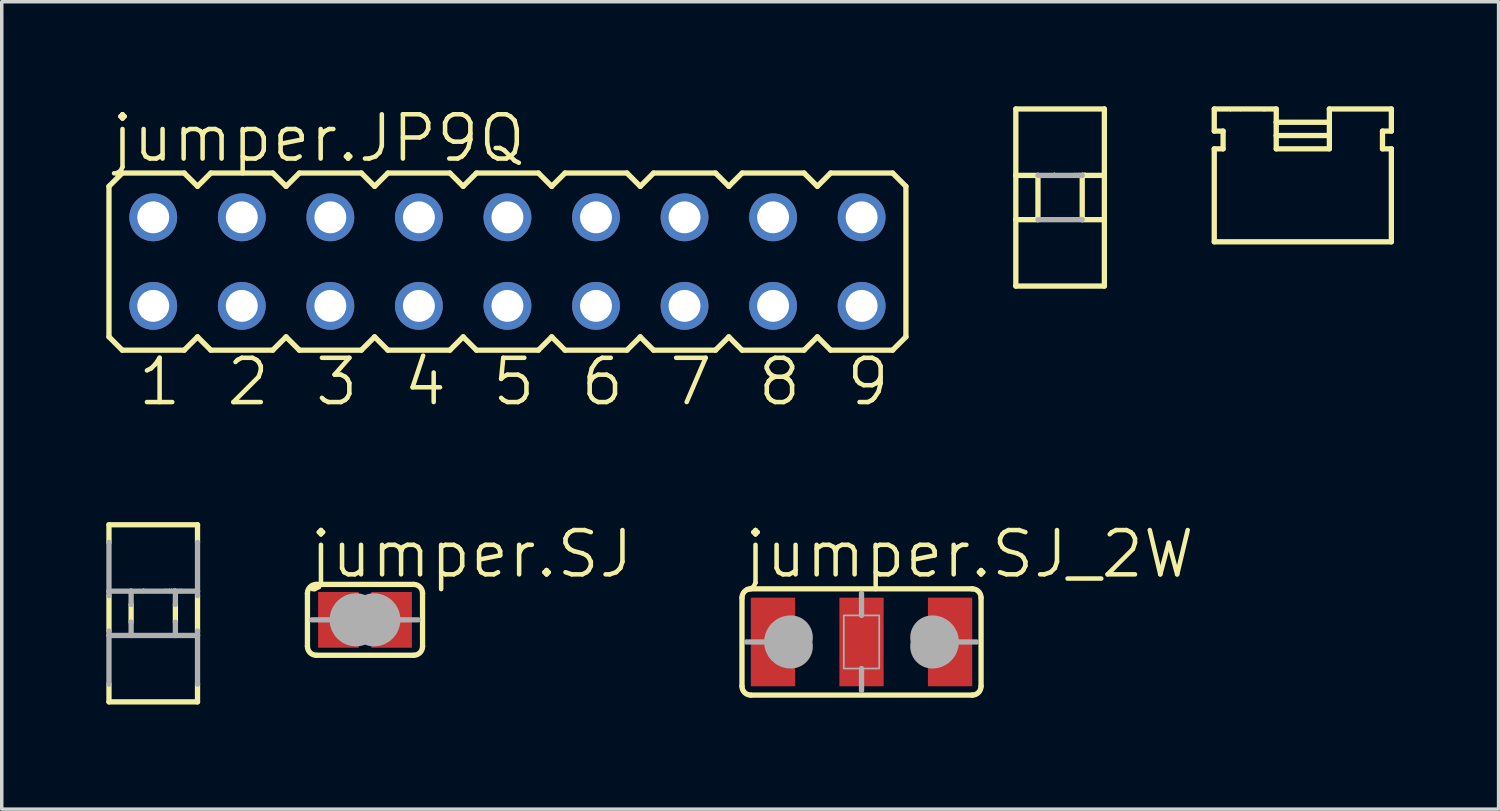
<source format=kicad_pcb>
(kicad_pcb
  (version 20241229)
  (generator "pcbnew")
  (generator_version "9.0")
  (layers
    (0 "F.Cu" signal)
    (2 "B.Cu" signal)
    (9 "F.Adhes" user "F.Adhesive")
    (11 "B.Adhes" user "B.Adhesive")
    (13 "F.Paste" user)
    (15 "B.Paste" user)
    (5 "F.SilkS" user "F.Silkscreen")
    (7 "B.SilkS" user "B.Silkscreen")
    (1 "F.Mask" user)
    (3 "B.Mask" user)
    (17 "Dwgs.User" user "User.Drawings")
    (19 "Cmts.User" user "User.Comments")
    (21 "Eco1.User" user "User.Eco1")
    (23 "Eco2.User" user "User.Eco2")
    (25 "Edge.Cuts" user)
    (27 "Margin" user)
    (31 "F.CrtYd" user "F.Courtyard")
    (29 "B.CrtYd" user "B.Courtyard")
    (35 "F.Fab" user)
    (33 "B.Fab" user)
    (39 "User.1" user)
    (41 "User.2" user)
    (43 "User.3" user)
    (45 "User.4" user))
  (footprint "jumper.JP9Q"
    (layer "F.Cu")
    (at 11.506 4.454)
    (property "Reference" "jumper.JP9Q" (at -11.43 -2.794 0) (layer "F.SilkS") (effects (font (size 1.27 1.27) (thickness 0.13)) (justify left bottom)))
    (attr through_hole)
    (fp_line (start -11.43 -2.159) (end -11.049 -2.54) (stroke (width 0.152) (type default)) (layer "F.SilkS"))
    (fp_line (start -11.43 2.159) (end -11.43 -2.159) (stroke (width 0.152) (type default)) (layer "F.SilkS"))
    (fp_line (start -11.43 2.159) (end -11.049 2.54) (stroke (width 0.152) (type default)) (layer "F.SilkS"))
    (fp_line (start -11.049 -2.54) (end -9.271 -2.54) (stroke (width 0.152) (type default)) (layer "F.SilkS"))
    (fp_line (start -11.049 2.54) (end -9.271 2.54) (stroke (width 0.152) (type default)) (layer "F.SilkS"))
    (fp_line (start -9.271 -2.54) (end -8.89 -2.159) (stroke (width 0.152) (type default)) (layer "F.SilkS"))
    (fp_line (start -8.89 -2.159) (end -8.509 -2.54) (stroke (width 0.152) (type default)) (layer "F.SilkS"))
    (fp_line (start -8.89 2.159) (end -9.271 2.54) (stroke (width 0.152) (type default)) (layer "F.SilkS"))
    (fp_line (start -8.89 2.159) (end -8.509 2.54) (stroke (width 0.152) (type default)) (layer "F.SilkS"))
    (fp_line (start -8.509 -2.54) (end -6.731 -2.54) (stroke (width 0.152) (type default)) (layer "F.SilkS"))
    (fp_line (start -6.731 2.54) (end -8.509 2.54) (stroke (width 0.152) (type default)) (layer "F.SilkS"))
    (fp_line (start -6.35 -2.159) (end -6.731 -2.54) (stroke (width 0.152) (type default)) (layer "F.SilkS"))
    (fp_line (start -6.35 -2.159) (end -5.969 -2.54) (stroke (width 0.152) (type default)) (layer "F.SilkS"))
    (fp_line (start -6.35 2.159) (end -6.731 2.54) (stroke (width 0.152) (type default)) (layer "F.SilkS"))
    (fp_line (start -6.35 2.159) (end -5.969 2.54) (stroke (width 0.152) (type default)) (layer "F.SilkS"))
    (fp_line (start -5.969 -2.54) (end -4.191 -2.54) (stroke (width 0.152) (type default)) (layer "F.SilkS"))
    (fp_line (start -4.191 2.54) (end -5.969 2.54) (stroke (width 0.152) (type default)) (layer "F.SilkS"))
    (fp_line (start -4.191 2.54) (end -3.81 2.159) (stroke (width 0.152) (type default)) (layer "F.SilkS"))
    (fp_line (start -3.81 -2.159) (end -4.191 -2.54) (stroke (width 0.152) (type default)) (layer "F.SilkS"))
    (fp_line (start -3.81 -2.159) (end -3.429 -2.54) (stroke (width 0.152) (type default)) (layer "F.SilkS"))
    (fp_line (start -3.81 2.159) (end -3.429 2.54) (stroke (width 0.152) (type default)) (layer "F.SilkS"))
    (fp_line (start -3.429 -2.54) (end -1.651 -2.54) (stroke (width 0.152) (type default)) (layer "F.SilkS"))
    (fp_line (start -1.651 2.54) (end -3.429 2.54) (stroke (width 0.152) (type default)) (layer "F.SilkS"))
    (fp_line (start -1.651 2.54) (end -1.27 2.159) (stroke (width 0.152) (type default)) (layer "F.SilkS"))
    (fp_line (start -1.27 -2.159) (end -1.651 -2.54) (stroke (width 0.152) (type default)) (layer "F.SilkS"))
    (fp_line (start -1.27 -2.159) (end -0.889 -2.54) (stroke (width 0.152) (type default)) (layer "F.SilkS"))
    (fp_line (start -1.27 2.159) (end -0.889 2.54) (stroke (width 0.152) (type default)) (layer "F.SilkS"))
    (fp_line (start -0.889 -2.54) (end 0.889 -2.54) (stroke (width 0.152) (type default)) (layer "F.SilkS"))
    (fp_line (start 0.889 2.54) (end -0.889 2.54) (stroke (width 0.152) (type default)) (layer "F.SilkS"))
    (fp_line (start 0.889 2.54) (end 1.27 2.159) (stroke (width 0.152) (type default)) (layer "F.SilkS"))
    (fp_line (start 1.27 -2.159) (end 0.889 -2.54) (stroke (width 0.152) (type default)) (layer "F.SilkS"))
    (fp_line (start 1.27 -2.159) (end 1.651 -2.54) (stroke (width 0.152) (type default)) (layer "F.SilkS"))
    (fp_line (start 1.27 2.159) (end 1.651 2.54) (stroke (width 0.152) (type default)) (layer "F.SilkS"))
    (fp_line (start 1.651 -2.54) (end 3.429 -2.54) (stroke (width 0.152) (type default)) (layer "F.SilkS"))
    (fp_line (start 3.429 2.54) (end 1.651 2.54) (stroke (width 0.152) (type default)) (layer "F.SilkS"))
    (fp_line (start 3.429 2.54) (end 3.81 2.159) (stroke (width 0.152) (type default)) (layer "F.SilkS"))
    (fp_line (start 3.81 -2.159) (end 3.429 -2.54) (stroke (width 0.152) (type default)) (layer "F.SilkS"))
    (fp_line (start 3.81 -2.159) (end 4.191 -2.54) (stroke (width 0.152) (type default)) (layer "F.SilkS"))
    (fp_line (start 3.81 2.159) (end 4.191 2.54) (stroke (width 0.152) (type default)) (layer "F.SilkS"))
    (fp_line (start 4.191 -2.54) (end 5.969 -2.54) (stroke (width 0.152) (type default)) (layer "F.SilkS"))
    (fp_line (start 5.969 2.54) (end 4.191 2.54) (stroke (width 0.152) (type default)) (layer "F.SilkS"))
    (fp_line (start 5.969 2.54) (end 6.35 2.159) (stroke (width 0.152) (type default)) (layer "F.SilkS"))
    (fp_line (start 6.35 -2.159) (end 5.969 -2.54) (stroke (width 0.152) (type default)) (layer "F.SilkS"))
    (fp_line (start 6.35 -2.159) (end 6.731 -2.54) (stroke (width 0.152) (type default)) (layer "F.SilkS"))
    (fp_line (start 6.35 2.159) (end 6.731 2.54) (stroke (width 0.152) (type default)) (layer "F.SilkS"))
    (fp_line (start 6.731 -2.54) (end 8.509 -2.54) (stroke (width 0.152) (type default)) (layer "F.SilkS"))
    (fp_line (start 8.509 2.54) (end 6.731 2.54) (stroke (width 0.152) (type default)) (layer "F.SilkS"))
    (fp_line (start 8.509 2.54) (end 8.89 2.159) (stroke (width 0.152) (type default)) (layer "F.SilkS"))
    (fp_line (start 8.89 -2.159) (end 8.509 -2.54) (stroke (width 0.152) (type default)) (layer "F.SilkS"))
    (fp_line (start 8.89 -2.159) (end 9.271 -2.54) (stroke (width 0.152) (type default)) (layer "F.SilkS"))
    (fp_line (start 8.89 2.159) (end 9.271 2.54) (stroke (width 0.152) (type default)) (layer "F.SilkS"))
    (fp_line (start 9.271 -2.54) (end 11.049 -2.54) (stroke (width 0.152) (type default)) (layer "F.SilkS"))
    (fp_line (start 11.049 2.54) (end 9.271 2.54) (stroke (width 0.152) (type default)) (layer "F.SilkS"))
    (fp_line (start 11.049 2.54) (end 11.43 2.159) (stroke (width 0.152) (type default)) (layer "F.SilkS"))
    (fp_line (start 11.43 -2.159) (end 11.049 -2.54) (stroke (width 0.152) (type default)) (layer "F.SilkS"))
    (fp_line (start 11.43 -2.159) (end 11.43 2.159) (stroke (width 0.152) (type default)) (layer "F.SilkS"))
    (fp_rect (start -10.465 -0.965) (end -9.855 -1.575) (stroke (width 0.05) (type default)) (fill no) (layer "F.Fab"))
    (fp_rect (start -10.465 1.575) (end -9.855 0.965) (stroke (width 0.05) (type default)) (fill no) (layer "F.Fab"))
    (fp_rect (start -7.925 -0.965) (end -7.315 -1.575) (stroke (width 0.05) (type default)) (fill no) (layer "F.Fab"))
    (fp_rect (start -7.925 1.575) (end -7.315 0.965) (stroke (width 0.05) (type default)) (fill no) (layer "F.Fab"))
    (fp_rect (start -5.385 -0.965) (end -4.775 -1.575) (stroke (width 0.05) (type default)) (fill no) (layer "F.Fab"))
    (fp_rect (start -5.385 1.575) (end -4.775 0.965) (stroke (width 0.05) (type default)) (fill no) (layer "F.Fab"))
    (fp_rect (start -2.845 -0.965) (end -2.235 -1.575) (stroke (width 0.05) (type default)) (fill no) (layer "F.Fab"))
    (fp_rect (start -2.845 1.575) (end -2.235 0.965) (stroke (width 0.05) (type default)) (fill no) (layer "F.Fab"))
    (fp_rect (start -0.305 -0.965) (end 0.305 -1.575) (stroke (width 0.05) (type default)) (fill no) (layer "F.Fab"))
    (fp_rect (start -0.305 1.575) (end 0.305 0.965) (stroke (width 0.05) (type default)) (fill no) (layer "F.Fab"))
    (fp_rect (start 2.235 -0.965) (end 2.845 -1.575) (stroke (width 0.05) (type default)) (fill no) (layer "F.Fab"))
    (fp_rect (start 2.235 1.575) (end 2.845 0.965) (stroke (width 0.05) (type default)) (fill no) (layer "F.Fab"))
    (fp_rect (start 4.775 -0.965) (end 5.385 -1.575) (stroke (width 0.05) (type default)) (fill no) (layer "F.Fab"))
    (fp_rect (start 4.775 1.575) (end 5.385 0.965) (stroke (width 0.05) (type default)) (fill no) (layer "F.Fab"))
    (fp_rect (start 7.315 -0.965) (end 7.925 -1.575) (stroke (width 0.05) (type default)) (fill no) (layer "F.Fab"))
    (fp_rect (start 7.315 1.575) (end 7.925 0.965) (stroke (width 0.05) (type default)) (fill no) (layer "F.Fab"))
    (fp_rect (start 9.855 -0.965) (end 10.465 -1.575) (stroke (width 0.05) (type default)) (fill no) (layer "F.Fab"))
    (fp_rect (start 9.855 1.575) (end 10.465 0.965) (stroke (width 0.05) (type default)) (fill no) (layer "F.Fab"))
    (fp_text user "1" (at -10.668 4.191 0) (layer "F.SilkS") (effects (font (size 1.27 1.27) (thickness 0.13)) (justify left bottom)))
    (fp_text user "6" (at 2.032 4.191 0) (layer "F.SilkS") (effects (font (size 1.27 1.27) (thickness 0.13)) (justify left bottom)))
    (fp_text user "2" (at -8.128 4.191 0) (layer "F.SilkS") (effects (font (size 1.27 1.27) (thickness 0.13)) (justify left bottom)))
    (fp_text user "4" (at -3.048 4.191 0) (layer "F.SilkS") (effects (font (size 1.27 1.27) (thickness 0.13)) (justify left bottom)))
    (fp_text user "9" (at 9.652 4.191 0) (layer "F.SilkS") (effects (font (size 1.27 1.27) (thickness 0.13)) (justify left bottom)))
    (fp_text user "5" (at -0.508 4.191 0) (layer "F.SilkS") (effects (font (size 1.27 1.27) (thickness 0.13)) (justify left bottom)))
    (fp_text user "3" (at -5.588 4.191 0) (layer "F.SilkS") (effects (font (size 1.27 1.27) (thickness 0.13)) (justify left bottom)))
    (fp_text user "8" (at 7.112 4.191 0) (layer "F.SilkS") (effects (font (size 1.27 1.27) (thickness 0.13)) (justify left bottom)))
    (fp_text user "7" (at 4.572 4.191 0) (layer "F.SilkS") (effects (font (size 1.27 1.27) (thickness 0.13)) (justify left bottom)))
    (pad "1" thru_hole circle (at -10.16 1.27) (size 1.372 1.372) (drill 0.914) (layers "*.Cu" "*.Mask"))
    (pad "2" thru_hole circle (at -10.16 -1.27) (size 1.372 1.372) (drill 0.914) (layers "*.Cu" "*.Mask"))
    (pad "3" thru_hole circle (at -7.62 1.27) (size 1.372 1.372) (drill 0.914) (layers "*.Cu" "*.Mask"))
    (pad "4" thru_hole circle (at -7.62 -1.27) (size 1.372 1.372) (drill 0.914) (layers "*.Cu" "*.Mask"))
    (pad "5" thru_hole circle (at -5.08 1.27) (size 1.372 1.372) (drill 0.914) (layers "*.Cu" "*.Mask"))
    (pad "6" thru_hole circle (at -5.08 -1.27) (size 1.372 1.372) (drill 0.914) (layers "*.Cu" "*.Mask"))
    (pad "7" thru_hole circle (at -2.54 1.27) (size 1.372 1.372) (drill 0.914) (layers "*.Cu" "*.Mask"))
    (pad "8" thru_hole circle (at -2.54 -1.27) (size 1.372 1.372) (drill 0.914) (layers "*.Cu" "*.Mask"))
    (pad "9" thru_hole circle (at 0 1.27) (size 1.372 1.372) (drill 0.914) (layers "*.Cu" "*.Mask"))
    (pad "10" thru_hole circle (at 0 -1.27) (size 1.372 1.372) (drill 0.914) (layers "*.Cu" "*.Mask"))
    (pad "11" thru_hole circle (at 2.54 1.27) (size 1.372 1.372) (drill 0.914) (layers "*.Cu" "*.Mask"))
    (pad "12" thru_hole circle (at 2.54 -1.27) (size 1.372 1.372) (drill 0.914) (layers "*.Cu" "*.Mask"))
    (pad "13" thru_hole circle (at 5.08 1.27) (size 1.372 1.372) (drill 0.914) (layers "*.Cu" "*.Mask"))
    (pad "14" thru_hole circle (at 5.08 -1.27) (size 1.372 1.372) (drill 0.914) (layers "*.Cu" "*.Mask"))
    (pad "15" thru_hole circle (at 7.62 1.27) (size 1.372 1.372) (drill 0.914) (layers "*.Cu" "*.Mask"))
    (pad "16" thru_hole circle (at 7.62 -1.27) (size 1.372 1.372) (drill 0.914) (layers "*.Cu" "*.Mask"))
    (pad "17" thru_hole circle (at 10.16 1.27) (size 1.372 1.372) (drill 0.914) (layers "*.Cu" "*.Mask"))
    (pad "18" thru_hole circle (at 10.16 -1.27) (size 1.372 1.372) (drill 0.914) (layers "*.Cu" "*.Mask")))
  (footprint "jumper.SJ"
    (layer "F.Cu")
    (at 7.42 14.73)
    (property "Reference" "jumper.SJ" (at -1.651 -1.143 0) (layer "F.SilkS") (effects (font (size 1.27 1.27) (thickness 0.13)) (justify left bottom)))
    (attr smd)
    (fp_rect (start -0.076 0.914) (end 0.076 -0.914) (stroke (width 0.05) (type default)) (fill yes) (layer "F.Mask"))
    (fp_line (start -1.651 0.762) (end -1.651 -0.762) (stroke (width 0.152) (type default)) (layer "F.SilkS"))
    (fp_line (start -1.397 -1.016) (end 1.397 -1.016) (stroke (width 0.152) (type default)) (layer "F.SilkS"))
    (fp_line (start 1.397 1.016) (end -1.397 1.016) (stroke (width 0.152) (type default)) (layer "F.SilkS"))
    (fp_line (start 1.651 0.762) (end 1.651 -0.762) (stroke (width 0.152) (type default)) (layer "F.SilkS"))
    (fp_arc (start -1.651 -0.762) (mid -1.576605 -0.941605) (end -1.397 -1.016) (stroke (width 0.1524) (type default)) (layer "F.SilkS"))
    (fp_arc (start -1.397 1.016) (mid -1.576605 0.941605) (end -1.651 0.762) (stroke (width 0.1524) (type default)) (layer "F.SilkS"))
    (fp_arc (start 1.397 -1.016) (mid 1.576605 -0.941605) (end 1.651 -0.762) (stroke (width 0.1524) (type default)) (layer "F.SilkS"))
    (fp_arc (start 1.651 0.762) (mid 1.576605 0.941605) (end 1.397 1.016) (stroke (width 0.1524) (type default)) (layer "F.SilkS"))
    (fp_line (start -1.016 0) (end -1.524 0) (stroke (width 0.152) (type default)) (layer "F.Fab"))
    (fp_line (start 1.016 0) (end 1.524 0) (stroke (width 0.152) (type default)) (layer "F.Fab"))
    (fp_arc (start -0.254 0.127) (mid -0.381 0) (end -0.254 -0.127) (stroke (width 1.27) (type default)) (layer "F.Fab"))
    (fp_arc (start 0.254 -0.127) (mid 0.381 0) (end 0.254 0.127) (stroke (width 1.27) (type default)) (layer "F.Fab"))
    (pad "1" smd roundrect (at -0.762 0) (size 1.168 1.6) (layers "F.Cu" "F.Mask" "F.Paste") (roundrect_rratio 0.01))
    (pad "2" smd roundrect (at 0.762 0) (size 1.168 1.6) (layers "F.Cu" "F.Mask" "F.Paste") (roundrect_rratio 0.01)))
  (footprint "jumper.JUMP_L"
    (layer "F.Cu")
    (at 34.321 4.14)
    (property "Reference" "jumper.JUMP_L" (at -2.1 -4 0) (layer "F.SilkS") (effects (font (size 0.1 0.1) (thickness 0.01)) (justify left bottom)))
    (fp_line (start -2.54 -4.064) (end -2.54 -3.429) (stroke (width 0.152) (type default)) (layer "F.SilkS"))
    (fp_line (start -2.54 -4.064) (end -0.762 -4.064) (stroke (width 0.152) (type default)) (layer "F.SilkS"))
    (fp_line (start -2.54 -2.921) (end -2.54 -0.254) (stroke (width 0.152) (type default)) (layer "F.SilkS"))
    (fp_line (start -2.54 -2.921) (end -2.286 -2.921) (stroke (width 0.152) (type default)) (layer "F.SilkS"))
    (fp_line (start -2.286 -3.429) (end -2.54 -3.429) (stroke (width 0.152) (type default)) (layer "F.SilkS"))
    (fp_line (start -2.286 -3.429) (end -2.286 -2.921) (stroke (width 0.152) (type default)) (layer "F.SilkS"))
    (fp_line (start -0.762 -4.064) (end -0.762 -3.683) (stroke (width 0.152) (type default)) (layer "F.SilkS"))
    (fp_line (start -0.762 -3.683) (end -0.762 -3.302) (stroke (width 0.152) (type default)) (layer "F.SilkS"))
    (fp_line (start -0.762 -3.683) (end 0.762 -3.683) (stroke (width 0.152) (type default)) (layer "F.SilkS"))
    (fp_line (start -0.762 -3.302) (end -0.762 -2.921) (stroke (width 0.152) (type default)) (layer "F.SilkS"))
    (fp_line (start -0.762 -3.302) (end 0.762 -3.302) (stroke (width 0.152) (type default)) (layer "F.SilkS"))
    (fp_line (start -0.762 -2.921) (end 0.762 -2.921) (stroke (width 0.152) (type default)) (layer "F.SilkS"))
    (fp_line (start 0.762 -4.064) (end 2.54 -4.064) (stroke (width 0.152) (type default)) (layer "F.SilkS"))
    (fp_line (start 0.762 -3.683) (end 0.762 -4.064) (stroke (width 0.152) (type default)) (layer "F.SilkS"))
    (fp_line (start 0.762 -3.683) (end 0.762 -3.302) (stroke (width 0.152) (type default)) (layer "F.SilkS"))
    (fp_line (start 0.762 -3.302) (end 0.762 -2.921) (stroke (width 0.152) (type default)) (layer "F.SilkS"))
    (fp_line (start 2.286 -3.429) (end 2.286 -2.921) (stroke (width 0.152) (type default)) (layer "F.SilkS"))
    (fp_line (start 2.286 -3.429) (end 2.54 -3.429) (stroke (width 0.152) (type default)) (layer "F.SilkS"))
    (fp_line (start 2.54 -4.064) (end 2.54 -3.429) (stroke (width 0.152) (type default)) (layer "F.SilkS"))
    (fp_line (start 2.54 -2.921) (end 2.286 -2.921) (stroke (width 0.152) (type default)) (layer "F.SilkS"))
    (fp_line (start 2.54 -2.921) (end 2.54 -0.254) (stroke (width 0.152) (type default)) (layer "F.SilkS"))
    (fp_line (start 2.54 -0.254) (end -2.54 -0.254) (stroke (width 0.152) (type default)) (layer "F.SilkS")))
  (footprint "jumper.JUMP"
    (layer "F.Cu")
    (at 27.359 2.616)
    (property "Reference" "jumper.JUMP" (at -0.2 -0.6 0) (layer "F.SilkS") (effects (font (size 0.1 0.1) (thickness 0.01)) (justify left bottom)))
    (fp_line (start -1.27 -2.54) (end 1.27 -2.54) (stroke (width 0.152) (type default)) (layer "F.SilkS"))
    (fp_line (start -1.27 -0.635) (end -1.27 -2.54) (stroke (width 0.152) (type default)) (layer "F.SilkS"))
    (fp_line (start -1.27 -0.635) (end -0.635 -0.635) (stroke (width 0.152) (type default)) (layer "F.SilkS"))
    (fp_line (start -1.27 0.635) (end -1.27 -0.635) (stroke (width 0.152) (type default)) (layer "F.SilkS"))
    (fp_line (start -1.27 0.635) (end -0.635 0.635) (stroke (width 0.152) (type default)) (layer "F.SilkS"))
    (fp_line (start -1.27 2.54) (end -1.27 0.635) (stroke (width 0.152) (type default)) (layer "F.SilkS"))
    (fp_line (start -0.635 0.635) (end -0.635 -0.635) (stroke (width 0.152) (type default)) (layer "F.SilkS"))
    (fp_line (start 0.635 -0.635) (end 1.27 -0.635) (stroke (width 0.152) (type default)) (layer "F.SilkS"))
    (fp_line (start 0.635 0.635) (end 0.635 -0.635) (stroke (width 0.152) (type default)) (layer "F.SilkS"))
    (fp_line (start 0.635 0.635) (end 1.27 0.635) (stroke (width 0.152) (type default)) (layer "F.SilkS"))
    (fp_line (start 1.27 -2.54) (end 1.27 -0.635) (stroke (width 0.152) (type default)) (layer "F.SilkS"))
    (fp_line (start 1.27 -0.635) (end 1.27 0.635) (stroke (width 0.152) (type default)) (layer "F.SilkS"))
    (fp_line (start 1.27 0.635) (end 1.27 2.54) (stroke (width 0.152) (type default)) (layer "F.SilkS"))
    (fp_line (start 1.27 2.54) (end -1.27 2.54) (stroke (width 0.152) (type default)) (layer "F.SilkS"))
    (fp_line (start -0.635 -0.635) (end 0.635 -0.635) (stroke (width 0.152) (type default)) (layer "F.Fab"))
    (fp_line (start -0.635 0.635) (end 0.635 0.635) (stroke (width 0.152) (type default)) (layer "F.Fab")))
  (footprint "jumper.JUMP_Y"
    (layer "F.Cu")
    (at 1.346 14.543)
    (property "Reference" "jumper.JUMP_Y" (at -0.3 -0.6 0) (layer "F.SilkS") (effects (font (size 0.1 0.1) (thickness 0.01)) (justify left bottom)))
    (fp_line (start -1.27 -2.54) (end -1.27 -2.032) (stroke (width 0.152) (type default)) (layer "F.SilkS"))
    (fp_line (start -1.27 -2.54) (end 1.27 -2.54) (stroke (width 0.152) (type default)) (layer "F.SilkS"))
    (fp_line (start -1.27 0.508) (end -1.27 -0.508) (stroke (width 0.152) (type default)) (layer "F.SilkS"))
    (fp_line (start -1.27 2.032) (end -1.27 2.54) (stroke (width 0.152) (type default)) (layer "F.SilkS"))
    (fp_line (start -0.635 0.254) (end -0.635 -0.254) (stroke (width 0.152) (type default)) (layer "F.SilkS"))
    (fp_line (start 0.635 0.254) (end 0.635 -0.254) (stroke (width 0.152) (type default)) (layer "F.SilkS"))
    (fp_line (start 1.27 -2.032) (end 1.27 -2.54) (stroke (width 0.152) (type default)) (layer "F.SilkS"))
    (fp_line (start 1.27 -0.508) (end 1.27 0.508) (stroke (width 0.152) (type default)) (layer "F.SilkS"))
    (fp_line (start 1.27 2.032) (end 1.27 2.54) (stroke (width 0.152) (type default)) (layer "F.SilkS"))
    (fp_line (start 1.27 2.54) (end -1.27 2.54) (stroke (width 0.152) (type default)) (layer "F.SilkS"))
    (fp_line (start -1.27 -0.635) (end -1.27 -2.032) (stroke (width 0.152) (type default)) (layer "F.Fab"))
    (fp_line (start -1.27 -0.635) (end -1.27 -0.508) (stroke (width 0.152) (type default)) (layer "F.Fab"))
    (fp_line (start -1.27 -0.635) (end -0.635 -0.635) (stroke (width 0.152) (type default)) (layer "F.Fab"))
    (fp_line (start -1.27 0.508) (end -1.27 0.635) (stroke (width 0.152) (type default)) (layer "F.Fab"))
    (fp_line (start -1.27 0.635) (end -0.635 0.635) (stroke (width 0.152) (type default)) (layer "F.Fab"))
    (fp_line (start -1.27 2.032) (end -1.27 0.635) (stroke (width 0.152) (type default)) (layer "F.Fab"))
    (fp_line (start -0.635 -0.635) (end -0.635 -0.254) (stroke (width 0.152) (type default)) (layer "F.Fab"))
    (fp_line (start -0.635 0.254) (end -0.635 0.635) (stroke (width 0.152) (type default)) (layer "F.Fab"))
    (fp_line (start -0.635 0.635) (end 0.635 0.635) (stroke (width 0.152) (type default)) (layer "F.Fab"))
    (fp_line (start 0.635 -0.635) (end -0.635 -0.635) (stroke (width 0.152) (type default)) (layer "F.Fab"))
    (fp_line (start 0.635 -0.635) (end 1.27 -0.635) (stroke (width 0.152) (type default)) (layer "F.Fab"))
    (fp_line (start 0.635 -0.254) (end 0.635 -0.635) (stroke (width 0.152) (type default)) (layer "F.Fab"))
    (fp_line (start 0.635 0.635) (end 0.635 0.254) (stroke (width 0.152) (type default)) (layer "F.Fab"))
    (fp_line (start 0.635 0.635) (end 1.27 0.635) (stroke (width 0.152) (type default)) (layer "F.Fab"))
    (fp_line (start 1.27 -2.032) (end 1.27 -0.635) (stroke (width 0.152) (type default)) (layer "F.Fab"))
    (fp_line (start 1.27 -0.635) (end 1.27 -0.508) (stroke (width 0.152) (type default)) (layer "F.Fab"))
    (fp_line (start 1.27 0.508) (end 1.27 0.635) (stroke (width 0.152) (type default)) (layer "F.Fab"))
    (fp_line (start 1.27 0.635) (end 1.27 2.032) (stroke (width 0.152) (type default)) (layer "F.Fab")))
  (footprint "jumper.SJ_2W"
    (layer "F.Cu")
    (at 21.663 15.365)
    (property "Reference" "jumper.SJ_2W" (at -3.429 -1.778 0) (layer "F.SilkS") (effects (font (size 1.27 1.27) (thickness 0.13)) (justify left bottom)))
    (attr smd)
    (fp_line (start -3.429 1.27) (end -3.429 -1.27) (stroke (width 0.152) (type default)) (layer "F.SilkS"))
    (fp_line (start -3.175 -1.524) (end 3.175 -1.524) (stroke (width 0.152) (type default)) (layer "F.SilkS"))
    (fp_line (start 3.175 1.524) (end -3.175 1.524) (stroke (width 0.152) (type default)) (layer "F.SilkS"))
    (fp_line (start 3.429 1.27) (end 3.429 -1.27) (stroke (width 0.152) (type default)) (layer "F.SilkS"))
    (fp_arc (start -3.429 -1.27) (mid -3.354605 -1.449605) (end -3.175 -1.524) (stroke (width 0.1524) (type default)) (layer "F.SilkS"))
    (fp_arc (start -3.175 1.524) (mid -3.354605 1.449605) (end -3.429 1.27) (stroke (width 0.1524) (type default)) (layer "F.SilkS"))
    (fp_arc (start 3.175 -1.524) (mid 3.354605 -1.449605) (end 3.429 -1.27) (stroke (width 0.1524) (type default)) (layer "F.SilkS"))
    (fp_arc (start 3.429 1.27) (mid 3.354605 1.449605) (end 3.175 1.524) (stroke (width 0.1524) (type default)) (layer "F.SilkS"))
    (fp_line (start -2.794 0) (end -3.302 0) (stroke (width 0.152) (type default)) (layer "F.Fab"))
    (fp_line (start 0 -0.762) (end 0 -1.397) (stroke (width 0.152) (type default)) (layer "F.Fab"))
    (fp_line (start 0 1.397) (end 0 0.762) (stroke (width 0.152) (type default)) (layer "F.Fab"))
    (fp_line (start 2.794 0) (end 3.302 0) (stroke (width 0.152) (type default)) (layer "F.Fab"))
    (fp_rect (start -0.508 0.762) (end 0.508 -0.762) (stroke (width 0.05) (type default)) (fill no) (layer "F.Fab"))
    (fp_arc (start -2.032 0.127) (mid -2.159 0) (end -2.032 -0.127) (stroke (width 1.27) (type default)) (layer "F.Fab"))
    (fp_arc (start 2.032 -0.127) (mid 2.159 0) (end 2.032 0.127) (stroke (width 1.27) (type default)) (layer "F.Fab"))
    (pad "1" smd roundrect (at -2.54 0) (size 1.27 2.54) (layers "F.Cu" "F.Mask" "F.Paste") (roundrect_rratio 0.01))
    (pad "2" smd roundrect (at 0 0) (size 1.27 2.54) (layers "F.Cu" "F.Mask" "F.Paste") (roundrect_rratio 0.01))
    (pad "3" smd roundrect (at 2.54 0) (size 1.27 2.54) (layers "F.Cu" "F.Mask" "F.Paste") (roundrect_rratio 0.01)))
  (gr_rect
    (start -3 -3)
    (end 39.937 20.16)
    (stroke (width 0.1) (type default))
    (fill no)
    (layer "Edge.Cuts")))
</source>
